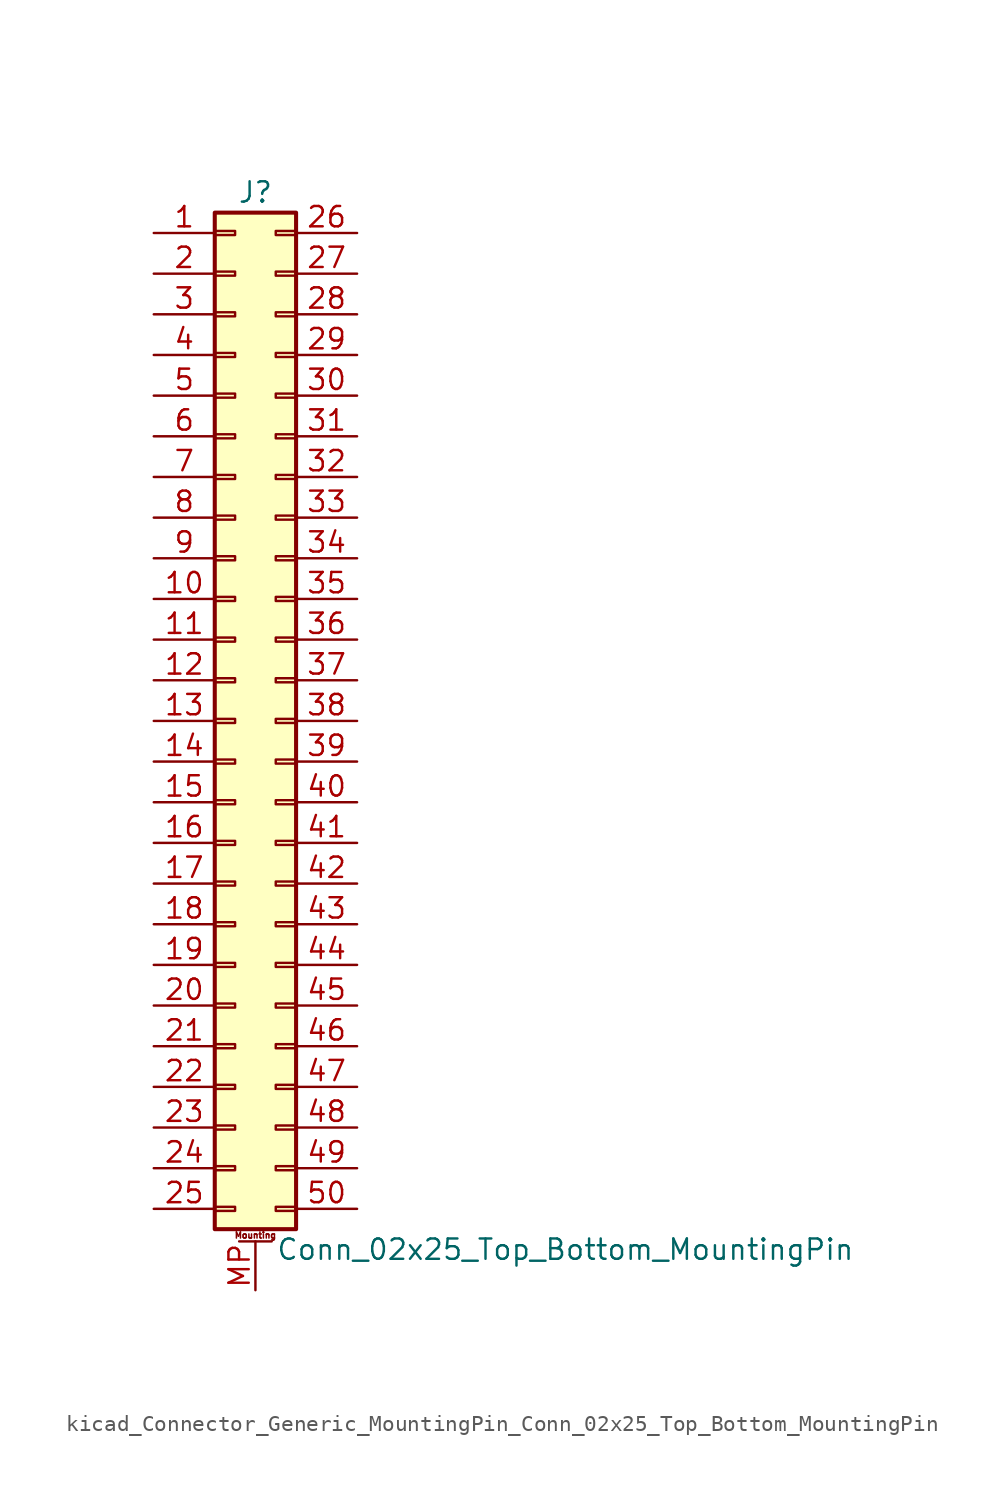
<source format=kicad_sym>
(kicad_symbol_lib
  (version 20220914)
  (generator kicad_symbol_editor)
  (symbol "kicad_Connector_Generic_MountingPin_Conn_02x25_Top_Bottom_MountingPin"
    (pin_names
      (offset 1.016) hide)
    (property "Reference" "J"
      (at 1.27 33.02 0)
      (effects (font (size 1.27 1.27))))
    (property "Value" "Conn_02x25_Top_Bottom_MountingPin"
      (at 2.54 -33.02 0)
      (effects (font (size 1.27 1.27)) (justify left)))
    (symbol "kicad_Connector_Generic_MountingPin_Conn_02x25_Top_Bottom_MountingPin_1_1"
      (rectangle (start -1.27 -30.353) (end 0 -30.607) (stroke (width 0.152) (type default)) (fill (type none)))
      (rectangle (start -1.27 -27.813) (end 0 -28.067) (stroke (width 0.152) (type default)) (fill (type none)))
      (rectangle (start -1.27 -25.273) (end 0 -25.527) (stroke (width 0.152) (type default)) (fill (type none)))
      (rectangle (start -1.27 -22.733) (end 0 -22.987) (stroke (width 0.152) (type default)) (fill (type none)))
      (rectangle (start -1.27 -20.193) (end 0 -20.447) (stroke (width 0.152) (type default)) (fill (type none)))
      (rectangle (start -1.27 -17.653) (end 0 -17.907) (stroke (width 0.152) (type default)) (fill (type none)))
      (rectangle (start -1.27 -15.113) (end 0 -15.367) (stroke (width 0.152) (type default)) (fill (type none)))
      (rectangle (start -1.27 -12.573) (end 0 -12.827) (stroke (width 0.152) (type default)) (fill (type none)))
      (rectangle (start -1.27 -10.033) (end 0 -10.287) (stroke (width 0.152) (type default)) (fill (type none)))
      (rectangle (start -1.27 -7.493) (end 0 -7.747) (stroke (width 0.152) (type default)) (fill (type none)))
      (rectangle (start -1.27 -4.953) (end 0 -5.207) (stroke (width 0.152) (type default)) (fill (type none)))
      (rectangle (start -1.27 -2.413) (end 0 -2.667) (stroke (width 0.152) (type default)) (fill (type none)))
      (rectangle (start -1.27 0.127) (end 0 -0.127) (stroke (width 0.152) (type default)) (fill (type none)))
      (rectangle (start -1.27 2.667) (end 0 2.413) (stroke (width 0.152) (type default)) (fill (type none)))
      (rectangle (start -1.27 5.207) (end 0 4.953) (stroke (width 0.152) (type default)) (fill (type none)))
      (rectangle (start -1.27 7.747) (end 0 7.493) (stroke (width 0.152) (type default)) (fill (type none)))
      (rectangle (start -1.27 10.287) (end 0 10.033) (stroke (width 0.152) (type default)) (fill (type none)))
      (rectangle (start -1.27 12.827) (end 0 12.573) (stroke (width 0.152) (type default)) (fill (type none)))
      (rectangle (start -1.27 15.367) (end 0 15.113) (stroke (width 0.152) (type default)) (fill (type none)))
      (rectangle (start -1.27 17.907) (end 0 17.653) (stroke (width 0.152) (type default)) (fill (type none)))
      (rectangle (start -1.27 20.447) (end 0 20.193) (stroke (width 0.152) (type default)) (fill (type none)))
      (rectangle (start -1.27 22.987) (end 0 22.733) (stroke (width 0.152) (type default)) (fill (type none)))
      (rectangle (start -1.27 25.527) (end 0 25.273) (stroke (width 0.152) (type default)) (fill (type none)))
      (rectangle (start -1.27 28.067) (end 0 27.813) (stroke (width 0.152) (type default)) (fill (type none)))
      (rectangle (start -1.27 30.607) (end 0 30.353) (stroke (width 0.152) (type default)) (fill (type none)))
      (rectangle (start -1.27 31.75) (end 3.81 -31.75) (stroke (width 0.254) (type default)) (fill (type background)))
      (polyline (pts (xy 0.254 -32.512) (xy 2.286 -32.512)) (stroke (width 0.152) (type default)) (fill (type none)))
      (rectangle (start 3.81 -30.353) (end 2.54 -30.607) (stroke (width 0.152) (type default)) (fill (type none)))
      (rectangle (start 3.81 -27.813) (end 2.54 -28.067) (stroke (width 0.152) (type default)) (fill (type none)))
      (rectangle (start 3.81 -25.273) (end 2.54 -25.527) (stroke (width 0.152) (type default)) (fill (type none)))
      (rectangle (start 3.81 -22.733) (end 2.54 -22.987) (stroke (width 0.152) (type default)) (fill (type none)))
      (rectangle (start 3.81 -20.193) (end 2.54 -20.447) (stroke (width 0.152) (type default)) (fill (type none)))
      (rectangle (start 3.81 -17.653) (end 2.54 -17.907) (stroke (width 0.152) (type default)) (fill (type none)))
      (rectangle (start 3.81 -15.113) (end 2.54 -15.367) (stroke (width 0.152) (type default)) (fill (type none)))
      (rectangle (start 3.81 -12.573) (end 2.54 -12.827) (stroke (width 0.152) (type default)) (fill (type none)))
      (rectangle (start 3.81 -10.033) (end 2.54 -10.287) (stroke (width 0.152) (type default)) (fill (type none)))
      (rectangle (start 3.81 -7.493) (end 2.54 -7.747) (stroke (width 0.152) (type default)) (fill (type none)))
      (rectangle (start 3.81 -4.953) (end 2.54 -5.207) (stroke (width 0.152) (type default)) (fill (type none)))
      (rectangle (start 3.81 -2.413) (end 2.54 -2.667) (stroke (width 0.152) (type default)) (fill (type none)))
      (rectangle (start 3.81 0.127) (end 2.54 -0.127) (stroke (width 0.152) (type default)) (fill (type none)))
      (rectangle (start 3.81 2.667) (end 2.54 2.413) (stroke (width 0.152) (type default)) (fill (type none)))
      (rectangle (start 3.81 5.207) (end 2.54 4.953) (stroke (width 0.152) (type default)) (fill (type none)))
      (rectangle (start 3.81 7.747) (end 2.54 7.493) (stroke (width 0.152) (type default)) (fill (type none)))
      (rectangle (start 3.81 10.287) (end 2.54 10.033) (stroke (width 0.152) (type default)) (fill (type none)))
      (rectangle (start 3.81 12.827) (end 2.54 12.573) (stroke (width 0.152) (type default)) (fill (type none)))
      (rectangle (start 3.81 15.367) (end 2.54 15.113) (stroke (width 0.152) (type default)) (fill (type none)))
      (rectangle (start 3.81 17.907) (end 2.54 17.653) (stroke (width 0.152) (type default)) (fill (type none)))
      (rectangle (start 3.81 20.447) (end 2.54 20.193) (stroke (width 0.152) (type default)) (fill (type none)))
      (rectangle (start 3.81 22.987) (end 2.54 22.733) (stroke (width 0.152) (type default)) (fill (type none)))
      (rectangle (start 3.81 25.527) (end 2.54 25.273) (stroke (width 0.152) (type default)) (fill (type none)))
      (rectangle (start 3.81 28.067) (end 2.54 27.813) (stroke (width 0.152) (type default)) (fill (type none)))
      (rectangle (start 3.81 30.607) (end 2.54 30.353) (stroke (width 0.152) (type default)) (fill (type none)))
      (text "Mounting" (at 1.27 -32.131 0) (effects (font (size 0.381 0.381))))
      (pin passive line (at -5.08 30.48 0) (length 3.81) (name "Pin_1" (effects (font (size 1.27 1.27)))) (number "1" (effects (font (size 1.27 1.27)))))
      (pin passive line (at -5.08 7.62 0) (length 3.81) (name "Pin_10" (effects (font (size 1.27 1.27)))) (number "10" (effects (font (size 1.27 1.27)))))
      (pin passive line (at -5.08 5.08 0) (length 3.81) (name "Pin_11" (effects (font (size 1.27 1.27)))) (number "11" (effects (font (size 1.27 1.27)))))
      (pin passive line (at -5.08 2.54 0) (length 3.81) (name "Pin_12" (effects (font (size 1.27 1.27)))) (number "12" (effects (font (size 1.27 1.27)))))
      (pin passive line (at -5.08 0 0) (length 3.81) (name "Pin_13" (effects (font (size 1.27 1.27)))) (number "13" (effects (font (size 1.27 1.27)))))
      (pin passive line (at -5.08 -2.54 0) (length 3.81) (name "Pin_14" (effects (font (size 1.27 1.27)))) (number "14" (effects (font (size 1.27 1.27)))))
      (pin passive line (at -5.08 -5.08 0) (length 3.81) (name "Pin_15" (effects (font (size 1.27 1.27)))) (number "15" (effects (font (size 1.27 1.27)))))
      (pin passive line (at -5.08 -7.62 0) (length 3.81) (name "Pin_16" (effects (font (size 1.27 1.27)))) (number "16" (effects (font (size 1.27 1.27)))))
      (pin passive line (at -5.08 -10.16 0) (length 3.81) (name "Pin_17" (effects (font (size 1.27 1.27)))) (number "17" (effects (font (size 1.27 1.27)))))
      (pin passive line (at -5.08 -12.7 0) (length 3.81) (name "Pin_18" (effects (font (size 1.27 1.27)))) (number "18" (effects (font (size 1.27 1.27)))))
      (pin passive line (at -5.08 -15.24 0) (length 3.81) (name "Pin_19" (effects (font (size 1.27 1.27)))) (number "19" (effects (font (size 1.27 1.27)))))
      (pin passive line (at -5.08 27.94 0) (length 3.81) (name "Pin_2" (effects (font (size 1.27 1.27)))) (number "2" (effects (font (size 1.27 1.27)))))
      (pin passive line (at -5.08 -17.78 0) (length 3.81) (name "Pin_20" (effects (font (size 1.27 1.27)))) (number "20" (effects (font (size 1.27 1.27)))))
      (pin passive line (at -5.08 -20.32 0) (length 3.81) (name "Pin_21" (effects (font (size 1.27 1.27)))) (number "21" (effects (font (size 1.27 1.27)))))
      (pin passive line (at -5.08 -22.86 0) (length 3.81) (name "Pin_22" (effects (font (size 1.27 1.27)))) (number "22" (effects (font (size 1.27 1.27)))))
      (pin passive line (at -5.08 -25.4 0) (length 3.81) (name "Pin_23" (effects (font (size 1.27 1.27)))) (number "23" (effects (font (size 1.27 1.27)))))
      (pin passive line (at -5.08 -27.94 0) (length 3.81) (name "Pin_24" (effects (font (size 1.27 1.27)))) (number "24" (effects (font (size 1.27 1.27)))))
      (pin passive line (at -5.08 -30.48 0) (length 3.81) (name "Pin_25" (effects (font (size 1.27 1.27)))) (number "25" (effects (font (size 1.27 1.27)))))
      (pin passive line (at 7.62 30.48 180) (length 3.81) (name "Pin_26" (effects (font (size 1.27 1.27)))) (number "26" (effects (font (size 1.27 1.27)))))
      (pin passive line (at 7.62 27.94 180) (length 3.81) (name "Pin_27" (effects (font (size 1.27 1.27)))) (number "27" (effects (font (size 1.27 1.27)))))
      (pin passive line (at 7.62 25.4 180) (length 3.81) (name "Pin_28" (effects (font (size 1.27 1.27)))) (number "28" (effects (font (size 1.27 1.27)))))
      (pin passive line (at 7.62 22.86 180) (length 3.81) (name "Pin_29" (effects (font (size 1.27 1.27)))) (number "29" (effects (font (size 1.27 1.27)))))
      (pin passive line (at -5.08 25.4 0) (length 3.81) (name "Pin_3" (effects (font (size 1.27 1.27)))) (number "3" (effects (font (size 1.27 1.27)))))
      (pin passive line (at 7.62 20.32 180) (length 3.81) (name "Pin_30" (effects (font (size 1.27 1.27)))) (number "30" (effects (font (size 1.27 1.27)))))
      (pin passive line (at 7.62 17.78 180) (length 3.81) (name "Pin_31" (effects (font (size 1.27 1.27)))) (number "31" (effects (font (size 1.27 1.27)))))
      (pin passive line (at 7.62 15.24 180) (length 3.81) (name "Pin_32" (effects (font (size 1.27 1.27)))) (number "32" (effects (font (size 1.27 1.27)))))
      (pin passive line (at 7.62 12.7 180) (length 3.81) (name "Pin_33" (effects (font (size 1.27 1.27)))) (number "33" (effects (font (size 1.27 1.27)))))
      (pin passive line (at 7.62 10.16 180) (length 3.81) (name "Pin_34" (effects (font (size 1.27 1.27)))) (number "34" (effects (font (size 1.27 1.27)))))
      (pin passive line (at 7.62 7.62 180) (length 3.81) (name "Pin_35" (effects (font (size 1.27 1.27)))) (number "35" (effects (font (size 1.27 1.27)))))
      (pin passive line (at 7.62 5.08 180) (length 3.81) (name "Pin_36" (effects (font (size 1.27 1.27)))) (number "36" (effects (font (size 1.27 1.27)))))
      (pin passive line (at 7.62 2.54 180) (length 3.81) (name "Pin_37" (effects (font (size 1.27 1.27)))) (number "37" (effects (font (size 1.27 1.27)))))
      (pin passive line (at 7.62 0 180) (length 3.81) (name "Pin_38" (effects (font (size 1.27 1.27)))) (number "38" (effects (font (size 1.27 1.27)))))
      (pin passive line (at 7.62 -2.54 180) (length 3.81) (name "Pin_39" (effects (font (size 1.27 1.27)))) (number "39" (effects (font (size 1.27 1.27)))))
      (pin passive line (at -5.08 22.86 0) (length 3.81) (name "Pin_4" (effects (font (size 1.27 1.27)))) (number "4" (effects (font (size 1.27 1.27)))))
      (pin passive line (at 7.62 -5.08 180) (length 3.81) (name "Pin_40" (effects (font (size 1.27 1.27)))) (number "40" (effects (font (size 1.27 1.27)))))
      (pin passive line (at 7.62 -7.62 180) (length 3.81) (name "Pin_41" (effects (font (size 1.27 1.27)))) (number "41" (effects (font (size 1.27 1.27)))))
      (pin passive line (at 7.62 -10.16 180) (length 3.81) (name "Pin_42" (effects (font (size 1.27 1.27)))) (number "42" (effects (font (size 1.27 1.27)))))
      (pin passive line (at 7.62 -12.7 180) (length 3.81) (name "Pin_43" (effects (font (size 1.27 1.27)))) (number "43" (effects (font (size 1.27 1.27)))))
      (pin passive line (at 7.62 -15.24 180) (length 3.81) (name "Pin_44" (effects (font (size 1.27 1.27)))) (number "44" (effects (font (size 1.27 1.27)))))
      (pin passive line (at 7.62 -17.78 180) (length 3.81) (name "Pin_45" (effects (font (size 1.27 1.27)))) (number "45" (effects (font (size 1.27 1.27)))))
      (pin passive line (at 7.62 -20.32 180) (length 3.81) (name "Pin_46" (effects (font (size 1.27 1.27)))) (number "46" (effects (font (size 1.27 1.27)))))
      (pin passive line (at 7.62 -22.86 180) (length 3.81) (name "Pin_47" (effects (font (size 1.27 1.27)))) (number "47" (effects (font (size 1.27 1.27)))))
      (pin passive line (at 7.62 -25.4 180) (length 3.81) (name "Pin_48" (effects (font (size 1.27 1.27)))) (number "48" (effects (font (size 1.27 1.27)))))
      (pin passive line (at 7.62 -27.94 180) (length 3.81) (name "Pin_49" (effects (font (size 1.27 1.27)))) (number "49" (effects (font (size 1.27 1.27)))))
      (pin passive line (at -5.08 20.32 0) (length 3.81) (name "Pin_5" (effects (font (size 1.27 1.27)))) (number "5" (effects (font (size 1.27 1.27)))))
      (pin passive line (at 7.62 -30.48 180) (length 3.81) (name "Pin_50" (effects (font (size 1.27 1.27)))) (number "50" (effects (font (size 1.27 1.27)))))
      (pin passive line (at -5.08 17.78 0) (length 3.81) (name "Pin_6" (effects (font (size 1.27 1.27)))) (number "6" (effects (font (size 1.27 1.27)))))
      (pin passive line (at -5.08 15.24 0) (length 3.81) (name "Pin_7" (effects (font (size 1.27 1.27)))) (number "7" (effects (font (size 1.27 1.27)))))
      (pin passive line (at -5.08 12.7 0) (length 3.81) (name "Pin_8" (effects (font (size 1.27 1.27)))) (number "8" (effects (font (size 1.27 1.27)))))
      (pin passive line (at -5.08 10.16 0) (length 3.81) (name "Pin_9" (effects (font (size 1.27 1.27)))) (number "9" (effects (font (size 1.27 1.27)))))
      (pin passive line (at 1.27 -35.56 90) (length 3.048) (name "MountPin" (effects (font (size 1.27 1.27)))) (number "MP" (effects (font (size 1.27 1.27))))))))
</source>
